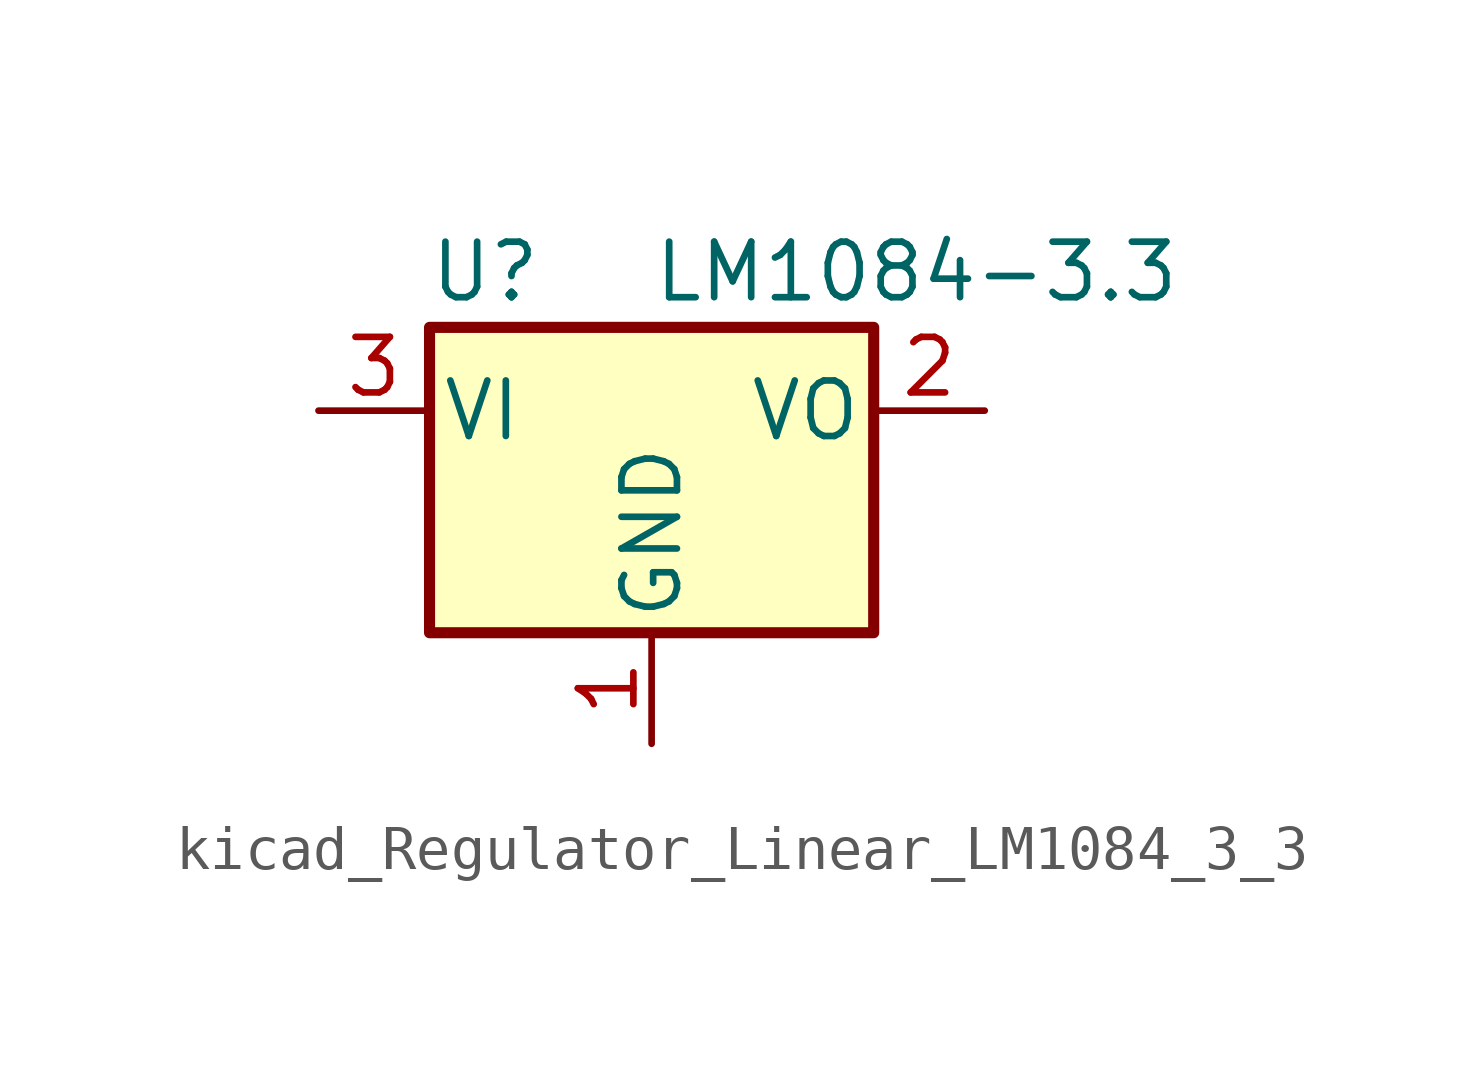
<source format=kicad_sym>
(kicad_symbol_lib
  (version 20220914)
  (generator kicad_symbol_editor)
  (symbol "kicad_Regulator_Linear_LM1084_3_3"
    (pin_names
      (offset 0.254))
    (property "Reference" "U"
      (at -3.81 3.175 0)
      (effects (font (size 1.27 1.27))))
    (property "Value" "LM1084-3.3"
      (at 0 3.175 0)
      (effects (font (size 1.27 1.27)) (justify left)))
    (symbol "kicad_Regulator_Linear_LM1084_3_3_0_1"
      (rectangle (start -5.08 1.905) (end 5.08 -5.08) (stroke (width 0.254) (type default)) (fill (type background))))
    (symbol "kicad_Regulator_Linear_LM1084_3_3_1_1"
      (pin power_in line (at 0 -7.62 90) (length 2.54) (name "GND" (effects (font (size 1.27 1.27)))) (number "1" (effects (font (size 1.27 1.27)))))
      (pin power_out line (at 7.62 0 180) (length 2.54) (name "VO" (effects (font (size 1.27 1.27)))) (number "2" (effects (font (size 1.27 1.27)))))
      (pin power_in line (at -7.62 0 0) (length 2.54) (name "VI" (effects (font (size 1.27 1.27)))) (number "3" (effects (font (size 1.27 1.27))))))))
</source>
